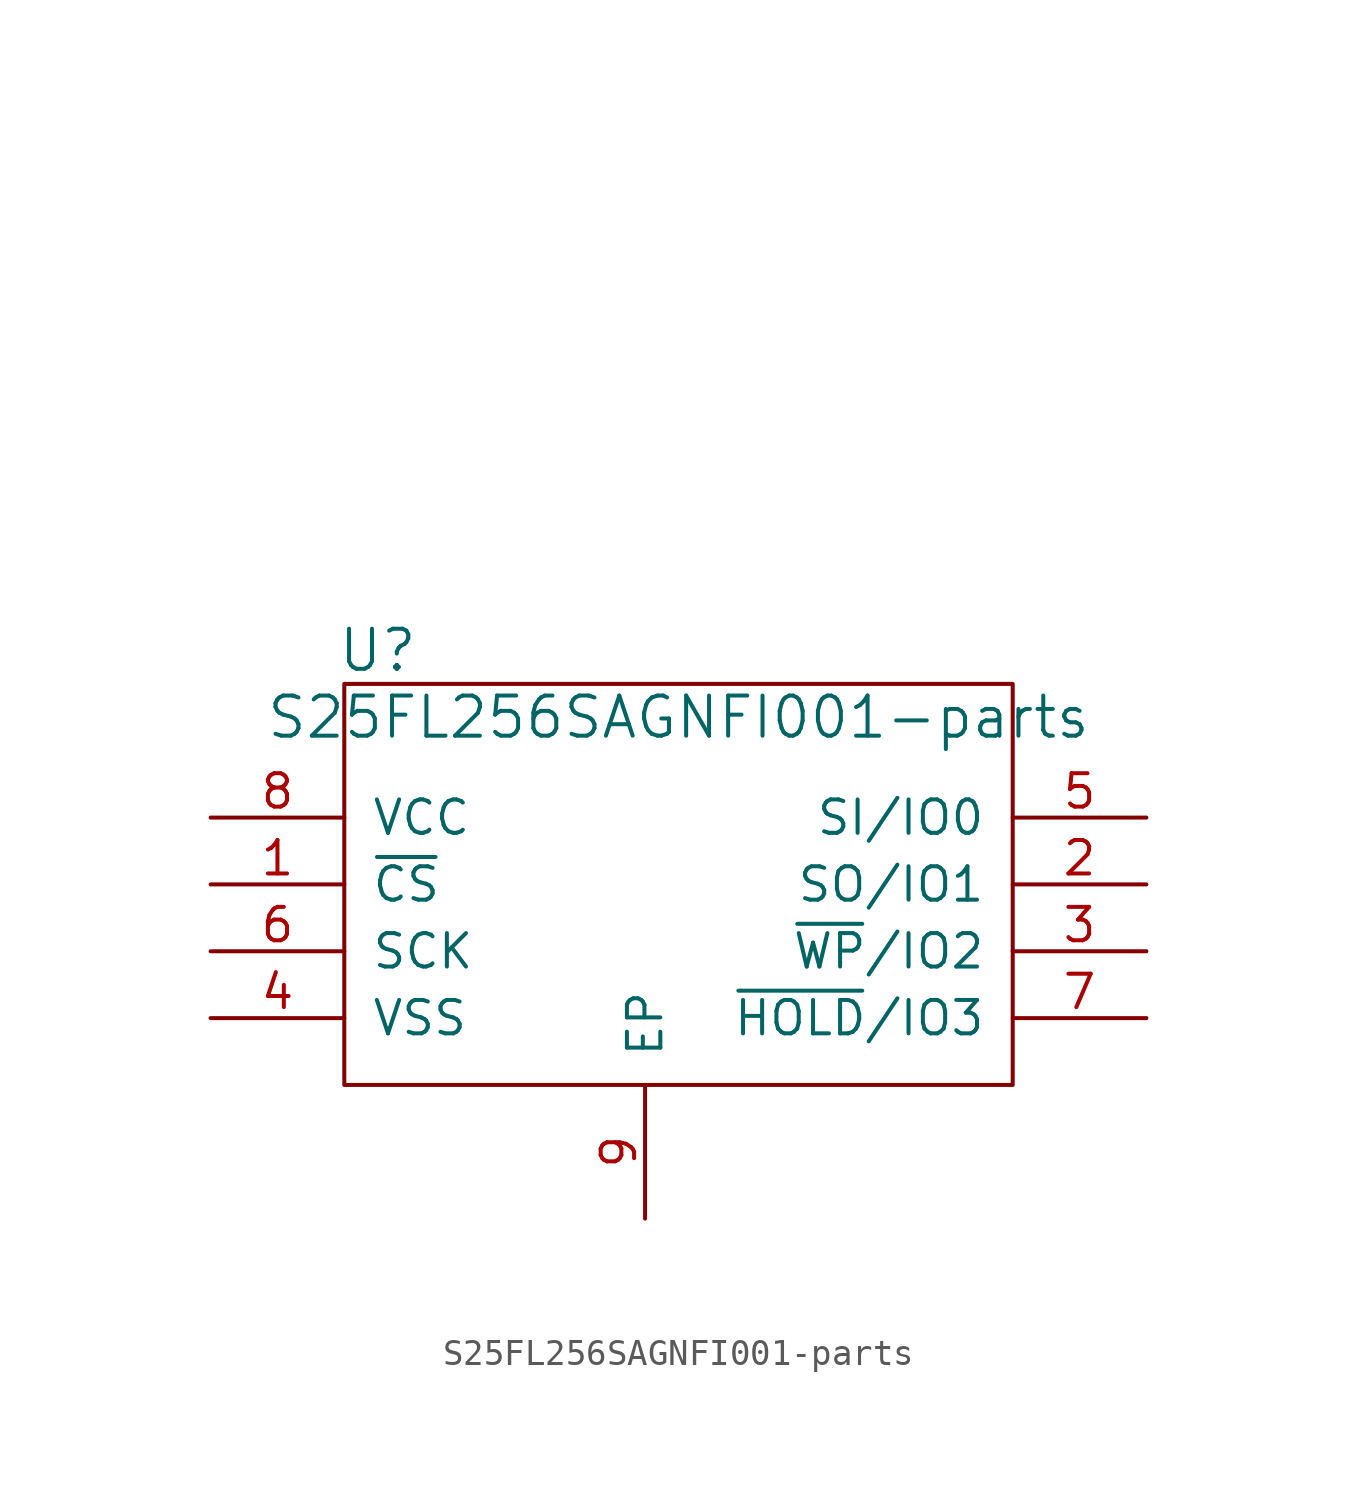
<source format=kicad_sym>
(kicad_symbol_lib
  (version 20220914)
  (generator kicad_symbol_editor)
  (symbol "S25FL256SAGNFI001-parts"
    (pin_names
      (offset 1.016))
    (property "Reference" "U"
      (at -11.43 8.89 0)
      (effects (font (size 1.524 1.524))))
    (property "Value" "S25FL256SAGNFI001-parts"
      (at 0 6.35 0)
      (effects (font (size 1.524 1.524))))
    (property "Footprint" ""
      (at -10.16 25.4 0)
      (effects (font (size 1.524 1.524))))
    (property "Datasheet" ""
      (at -10.16 25.4 0)
      (effects (font (size 1.524 1.524))))
    (symbol "S25FL256SAGNFI001-parts_0_1"
      (rectangle (start -12.7 7.62) (end 12.7 -7.62) (stroke (width 0) (type solid)) (fill (type none))))
    (symbol "S25FL256SAGNFI001-parts_1_1"
      (pin input line (at -17.78 0 0) (length 5.08) (name "~{CS}" (effects (font (size 1.27 1.27)))) (number "1" (effects (font (size 1.27 1.27)))))
      (pin bidirectional line (at 17.78 0 180) (length 5.08) (name "SO/IO1" (effects (font (size 1.27 1.27)))) (number "2" (effects (font (size 1.27 1.27)))))
      (pin bidirectional line (at 17.78 -2.54 180) (length 5.08) (name "~{WP}/IO2" (effects (font (size 1.27 1.27)))) (number "3" (effects (font (size 1.27 1.27)))))
      (pin power_in line (at -17.78 -5.08 0) (length 5.08) (name "VSS" (effects (font (size 1.27 1.27)))) (number "4" (effects (font (size 1.27 1.27)))))
      (pin bidirectional line (at 17.78 2.54 180) (length 5.08) (name "SI/IO0" (effects (font (size 1.27 1.27)))) (number "5" (effects (font (size 1.27 1.27)))))
      (pin input line (at -17.78 -2.54 0) (length 5.08) (name "SCK" (effects (font (size 1.27 1.27)))) (number "6" (effects (font (size 1.27 1.27)))))
      (pin bidirectional line (at 17.78 -5.08 180) (length 5.08) (name "~{HOLD}/IO3" (effects (font (size 1.27 1.27)))) (number "7" (effects (font (size 1.27 1.27)))))
      (pin power_in line (at -17.78 2.54 0) (length 5.08) (name "VCC" (effects (font (size 1.27 1.27)))) (number "8" (effects (font (size 1.27 1.27)))))
      (pin passive line (at -1.27 -12.7 90) (length 5.08) (name "EP" (effects (font (size 1.27 1.27)))) (number "9" (effects (font (size 1.27 1.27))))))))
</source>
